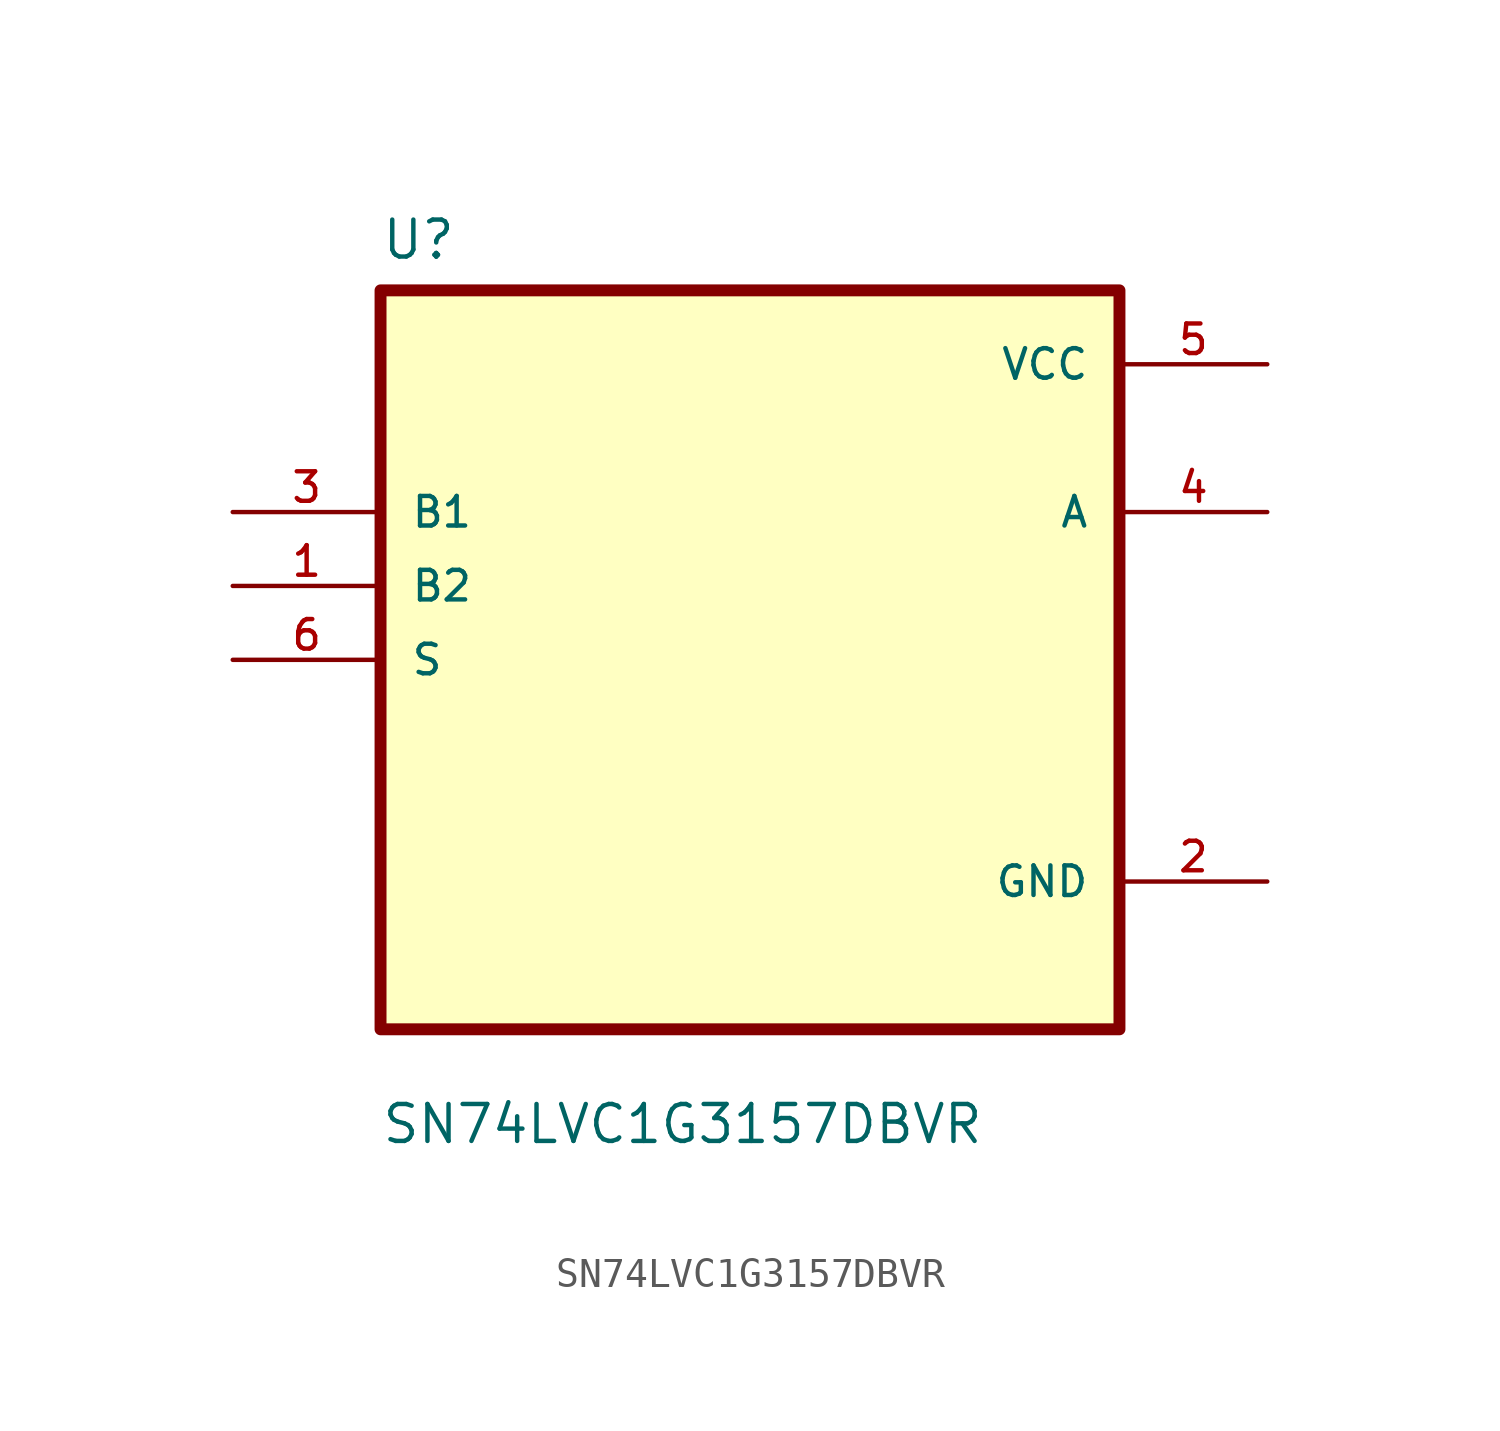
<source format=kicad_sym>
(kicad_symbol_lib
  (version 20211014)
  (generator kicad_symbol_editor)
  (symbol "SN74LVC1G3157DBVR"
    (pin_names
      (offset 1.016))
    (property "Reference" "U"
      (at -12.7 13.7 0.0)
      (effects (font (size 1.27 1.27)) (justify bottom left)))
    (property "Value" "SN74LVC1G3157DBVR"
      (at -12.7 -16.7 0.0)
      (effects (font (size 1.27 1.27)) (justify bottom left)))
    (symbol "SN74LVC1G3157DBVR_0_0"
      (rectangle (start -12.7 -12.7) (end 12.7 12.7) (stroke (width 0.41)) (fill (type background)))
      (pin input line (at -17.78 5.08 0) (length 5.08) (name "B1" (effects (font (size 1.016 1.016)))) (number "3" (effects (font (size 1.016 1.016)))))
      (pin input line (at -17.78 2.54 0) (length 5.08) (name "B2" (effects (font (size 1.016 1.016)))) (number "1" (effects (font (size 1.016 1.016)))))
      (pin input line (at -17.78 -8.88178e-16 0) (length 5.08) (name "S" (effects (font (size 1.016 1.016)))) (number "6" (effects (font (size 1.016 1.016)))))
      (pin power_in line (at 17.78 10.16 180.0) (length 5.08) (name "VCC" (effects (font (size 1.016 1.016)))) (number "5" (effects (font (size 1.016 1.016)))))
      (pin output line (at 17.78 5.08 180.0) (length 5.08) (name "A" (effects (font (size 1.016 1.016)))) (number "4" (effects (font (size 1.016 1.016)))))
      (pin power_in line (at 17.78 -7.62 180.0) (length 5.08) (name "GND" (effects (font (size 1.016 1.016)))) (number "2" (effects (font (size 1.016 1.016))))))))
</source>
